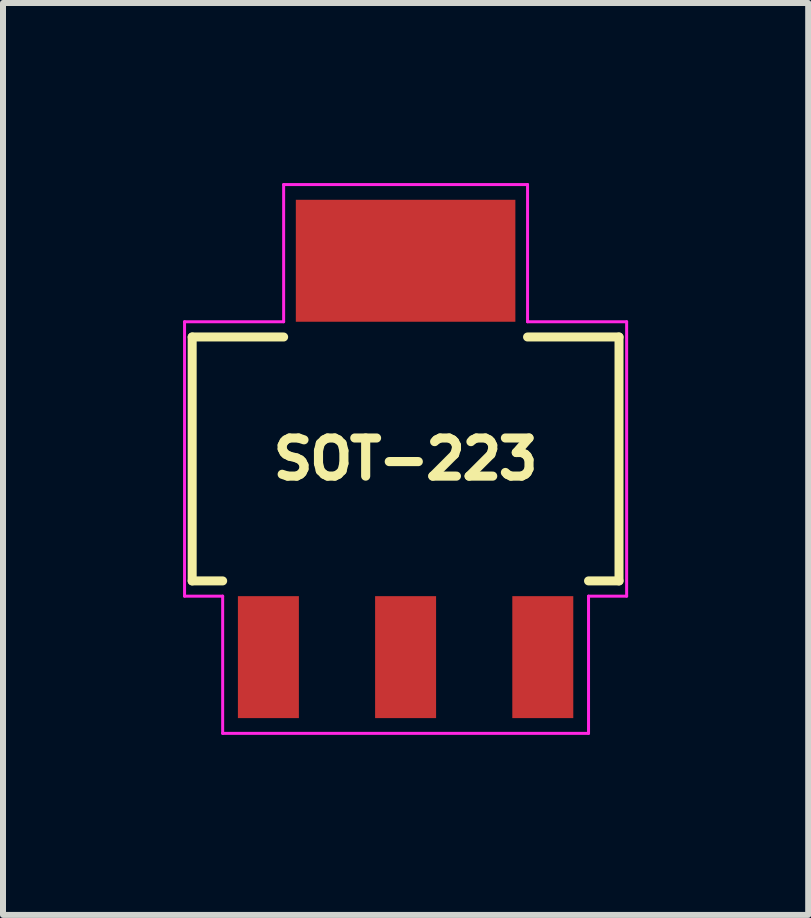
<source format=kicad_pcb>
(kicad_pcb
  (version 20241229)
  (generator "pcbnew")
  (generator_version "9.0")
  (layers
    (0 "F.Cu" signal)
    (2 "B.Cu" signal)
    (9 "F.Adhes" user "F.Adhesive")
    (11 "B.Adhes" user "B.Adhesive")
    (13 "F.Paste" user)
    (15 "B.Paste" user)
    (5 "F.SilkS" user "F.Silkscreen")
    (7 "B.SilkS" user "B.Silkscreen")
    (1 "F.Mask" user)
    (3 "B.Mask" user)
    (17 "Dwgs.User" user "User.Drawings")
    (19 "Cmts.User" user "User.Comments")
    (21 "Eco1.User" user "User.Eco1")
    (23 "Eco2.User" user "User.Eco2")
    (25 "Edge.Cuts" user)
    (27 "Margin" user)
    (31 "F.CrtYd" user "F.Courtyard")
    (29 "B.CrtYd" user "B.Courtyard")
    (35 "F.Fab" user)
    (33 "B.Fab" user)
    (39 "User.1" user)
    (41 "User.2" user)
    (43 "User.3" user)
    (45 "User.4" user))
  (footprint "SOT-223"
    (layer "F.Cu")
    (at 3.708 4.597)
    (property "Reference" "SOT-223" (at 0 0 0) (layer "F.SilkS") (effects (font (size 0.635 0.635) (thickness 0.152))))
    (attr smd)
    (fp_line (start -3.556 -2.032) (end -3.556 2.032) (stroke (width 0.15) (type solid)) (layer "F.SilkS"))
    (fp_line (start -3.556 2.032) (end -3.048 2.032) (stroke (width 0.15) (type solid)) (layer "F.SilkS"))
    (fp_line (start -2.032 -2.032) (end -3.556 -2.032) (stroke (width 0.15) (type solid)) (layer "F.SilkS"))
    (fp_line (start 3.048 2.032) (end 3.556 2.032) (stroke (width 0.15) (type solid)) (layer "F.SilkS"))
    (fp_line (start 3.556 -2.032) (end 2.032 -2.032) (stroke (width 0.15) (type solid)) (layer "F.SilkS"))
    (fp_line (start 3.556 2.032) (end 3.556 -2.032) (stroke (width 0.15) (type solid)) (layer "F.SilkS"))
    (fp_line (start -3.683 -2.286) (end -2.032 -2.286) (stroke (width 0.05) (type solid)) (layer "F.CrtYd"))
    (fp_line (start -3.683 2.286) (end -3.683 -2.286) (stroke (width 0.05) (type solid)) (layer "F.CrtYd"))
    (fp_line (start -3.048 2.286) (end -3.683 2.286) (stroke (width 0.05) (type solid)) (layer "F.CrtYd"))
    (fp_line (start -3.048 4.572) (end -3.048 2.286) (stroke (width 0.05) (type solid)) (layer "F.CrtYd"))
    (fp_line (start -2.032 -4.572) (end 2.032 -4.572) (stroke (width 0.05) (type solid)) (layer "F.CrtYd"))
    (fp_line (start -2.032 -2.286) (end -2.032 -4.572) (stroke (width 0.05) (type solid)) (layer "F.CrtYd"))
    (fp_line (start 2.032 -4.572) (end 2.032 -2.286) (stroke (width 0.05) (type solid)) (layer "F.CrtYd"))
    (fp_line (start 2.032 -2.286) (end 3.683 -2.286) (stroke (width 0.05) (type solid)) (layer "F.CrtYd"))
    (fp_line (start 3.048 2.286) (end 3.048 4.572) (stroke (width 0.05) (type solid)) (layer "F.CrtYd"))
    (fp_line (start 3.048 4.572) (end -3.048 4.572) (stroke (width 0.05) (type solid)) (layer "F.CrtYd"))
    (fp_line (start 3.683 -2.286) (end 3.683 2.286) (stroke (width 0.05) (type solid)) (layer "F.CrtYd"))
    (fp_line (start 3.683 2.286) (end 3.048 2.286) (stroke (width 0.05) (type solid)) (layer "F.CrtYd"))
    (pad "1" smd rect (at -2.286 3.302) (size 1.016 2.032) (layers "F.Cu" "F.Mask" "F.Paste"))
    (pad "2" smd rect (at 0 3.302) (size 1.016 2.032) (layers "F.Cu" "F.Mask" "F.Paste"))
    (pad "3" smd rect (at 2.286 3.302) (size 1.016 2.032) (layers "F.Cu" "F.Mask" "F.Paste"))
    (pad "4" smd rect (at 0 -3.302) (size 3.658 2.032) (layers "F.Cu" "F.Mask" "F.Paste")))
  (gr_rect
    (start -3 -3)
    (end 10.416 12.194)
    (stroke (width 0.1) (type default))
    (fill no)
    (layer "Edge.Cuts")))
</source>
